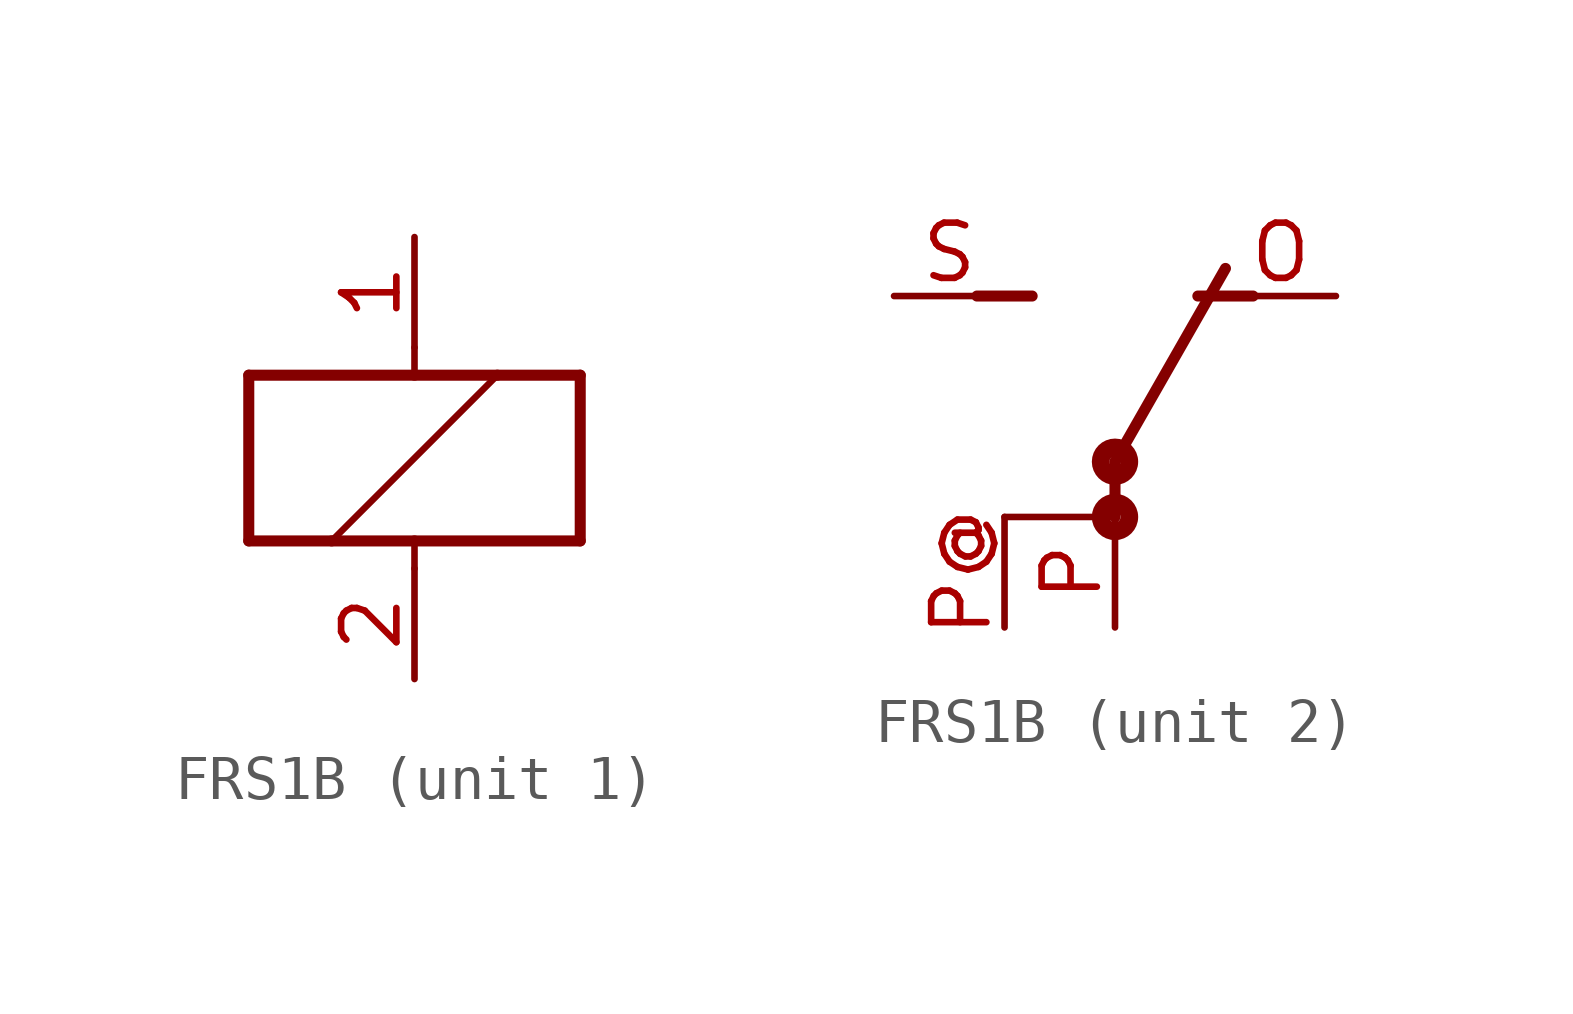
<source format=kicad_sym>
(kicad_symbol_lib
  (version 20220914)
  (generator kicad_symbol_editor)
  (symbol "FRS1B"
    (property "Reference" "K"
      (at 2.54 0 0)
      (effects (font (size 1.778 1.511)) (justify left bottom) hide))
    (property "ki_locked" ""
      (at 0 0 0)
      (effects (font (size 1.27 1.27))))
    (symbol "FRS1B_1_0"
      (polyline (pts (xy -3.81 -1.905) (xy -1.905 -1.905)) (stroke (width 0.254) (type solid)) (fill (type none)))
      (polyline (pts (xy -3.81 1.905) (xy -3.81 -1.905)) (stroke (width 0.254) (type solid)) (fill (type none)))
      (polyline (pts (xy -1.905 -1.905) (xy 0 -1.905)) (stroke (width 0.254) (type solid)) (fill (type none)))
      (polyline (pts (xy -1.905 -1.905) (xy 1.905 1.905)) (stroke (width 0.152) (type solid)) (fill (type none)))
      (polyline (pts (xy 0 -2.54) (xy 0 -1.905)) (stroke (width 0.152) (type solid)) (fill (type none)))
      (polyline (pts (xy 0 -1.905) (xy 3.81 -1.905)) (stroke (width 0.254) (type solid)) (fill (type none)))
      (polyline (pts (xy 0 1.905) (xy -3.81 1.905)) (stroke (width 0.254) (type solid)) (fill (type none)))
      (polyline (pts (xy 0 2.54) (xy 0 1.905)) (stroke (width 0.152) (type solid)) (fill (type none)))
      (polyline (pts (xy 1.905 1.905) (xy 0 1.905)) (stroke (width 0.254) (type solid)) (fill (type none)))
      (polyline (pts (xy 3.81 -1.905) (xy 3.81 1.905)) (stroke (width 0.254) (type solid)) (fill (type none)))
      (polyline (pts (xy 3.81 1.905) (xy 1.905 1.905)) (stroke (width 0.254) (type solid)) (fill (type none)))
      (pin passive line (at 0 5.08 270) (length 2.54) (name "1" (effects (font (size 0 0)))) (number "1" (effects (font (size 1.27 1.27)))))
      (pin passive line (at 0 -5.08 90) (length 2.54) (name "2" (effects (font (size 0 0)))) (number "2" (effects (font (size 1.27 1.27))))))
    (symbol "FRS1B_2_0"
      (polyline (pts (xy -3.175 5.08) (xy -1.905 5.08)) (stroke (width 0.254) (type solid)) (fill (type none)))
      (polyline (pts (xy -2.54 0) (xy 0 0)) (stroke (width 0.152) (type solid)) (fill (type none)))
      (polyline (pts (xy 0 0) (xy 0 1.27)) (stroke (width 0.254) (type solid)) (fill (type none)))
      (polyline (pts (xy 0 1.27) (xy 2.54 5.715)) (stroke (width 0.254) (type solid)) (fill (type none)))
      (polyline (pts (xy 3.175 5.08) (xy 1.905 5.08)) (stroke (width 0.254) (type solid)) (fill (type none)))
      (circle (center 0 0) (radius 0.127) (stroke (width 0.406) (type solid)) (fill (type none)))
      (circle (center 0 1.27) (radius 0.127) (stroke (width 0.406) (type solid)) (fill (type none)))
      (pin passive line (at 5.08 5.08 180) (length 2.54) (name "O" (effects (font (size 0 0)))) (number "O" (effects (font (size 1.27 1.27)))))
      (pin passive line (at 0 -2.54 90) (length 2.54) (name "P" (effects (font (size 0 0)))) (number "P" (effects (font (size 1.27 1.27)))))
      (pin passive line (at -2.54 -2.54 90) (length 2.54) (name "P@1" (effects (font (size 0 0)))) (number "P@" (effects (font (size 1.27 1.27)))))
      (pin passive line (at -5.08 5.08 0) (length 2.54) (name "S" (effects (font (size 0 0)))) (number "S" (effects (font (size 1.27 1.27))))))))
</source>
